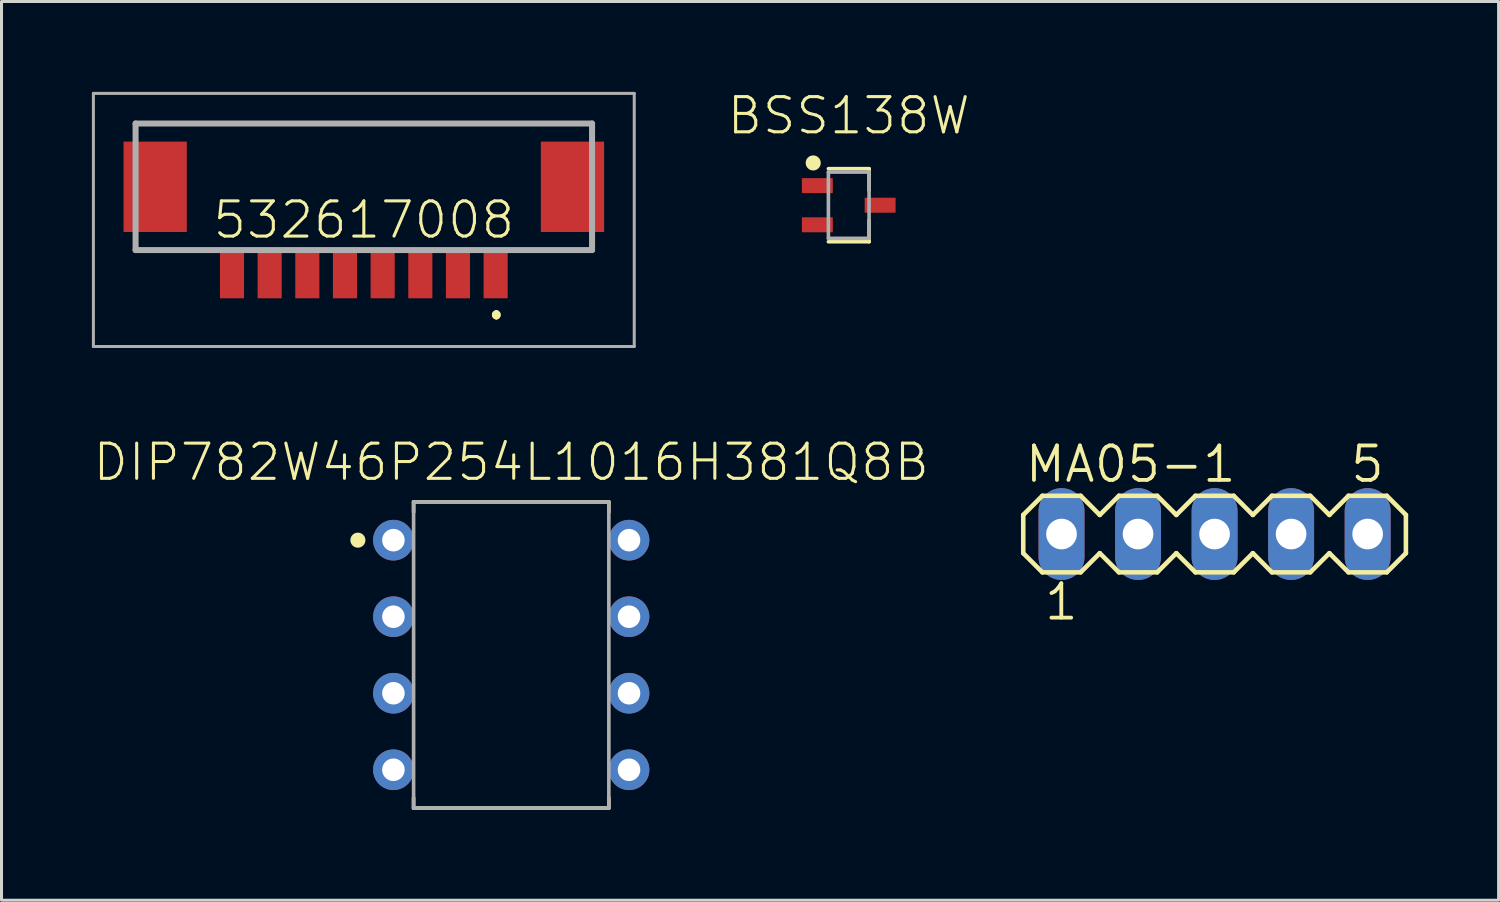
<source format=kicad_pcb>
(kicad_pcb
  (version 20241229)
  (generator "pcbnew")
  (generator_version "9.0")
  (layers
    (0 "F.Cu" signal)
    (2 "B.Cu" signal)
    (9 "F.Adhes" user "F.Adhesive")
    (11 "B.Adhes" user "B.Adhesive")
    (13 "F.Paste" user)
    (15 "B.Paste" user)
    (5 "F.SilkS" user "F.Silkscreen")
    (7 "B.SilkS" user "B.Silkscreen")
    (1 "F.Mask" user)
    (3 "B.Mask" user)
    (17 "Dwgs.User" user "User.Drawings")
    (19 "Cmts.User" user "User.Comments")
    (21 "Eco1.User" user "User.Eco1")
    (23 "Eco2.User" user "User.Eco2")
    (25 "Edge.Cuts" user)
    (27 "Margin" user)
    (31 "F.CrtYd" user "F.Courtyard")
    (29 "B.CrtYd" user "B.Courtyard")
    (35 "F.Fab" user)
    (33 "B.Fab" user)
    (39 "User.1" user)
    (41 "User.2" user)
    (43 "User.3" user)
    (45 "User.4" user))
  (footprint "DIP782W46P254L1016H381Q8B"
    (layer "F.Cu")
    (at 13.917 18.688)
    (property "Reference" "DIP782W46P254L1016H381Q8B" (at 0 -5.715 0) (layer "F.SilkS") (effects (font (size 1.168 1.168) (thickness 0.102)) (justify bottom)))
    (fp_line (start -3.24 -5.08) (end 3.24 -5.08) (stroke (width 0.12) (type solid)) (layer "F.SilkS"))
    (fp_line (start -3.24 -4.739) (end -3.24 -5.08) (stroke (width 0.12) (type solid)) (layer "F.SilkS"))
    (fp_line (start -3.24 4.739) (end -3.24 5.08) (stroke (width 0.12) (type solid)) (layer "F.SilkS"))
    (fp_line (start -3.24 5.08) (end 3.24 5.08) (stroke (width 0.12) (type solid)) (layer "F.SilkS"))
    (fp_line (start 3.24 -5.08) (end 3.24 -4.739) (stroke (width 0.12) (type solid)) (layer "F.SilkS"))
    (fp_line (start 3.24 5.08) (end 3.24 4.739) (stroke (width 0.12) (type solid)) (layer "F.SilkS"))
    (fp_circle (center -5.089 -3.81) (end -4.964 -3.81) (stroke (width 0.25) (type solid)) (fill yes) (layer "F.SilkS"))
    (fp_line (start -3.24 -5.08) (end 3.24 -5.08) (stroke (width 0.12) (type solid)) (layer "F.Fab"))
    (fp_line (start -3.24 5.08) (end -3.24 -5.08) (stroke (width 0.12) (type solid)) (layer "F.Fab"))
    (fp_line (start 3.24 -5.08) (end 3.24 5.08) (stroke (width 0.12) (type solid)) (layer "F.Fab"))
    (fp_line (start 3.24 5.08) (end -3.24 5.08) (stroke (width 0.12) (type solid)) (layer "F.Fab"))
    (pad "1" thru_hole circle (at -3.91 -3.81) (size 1.349 1.349) (drill 0.749) (layers "*.Cu" "*.Mask"))
    (pad "2" thru_hole circle (at -3.91 -1.27) (size 1.349 1.349) (drill 0.749) (layers "*.Cu" "*.Mask"))
    (pad "3" thru_hole circle (at -3.91 1.27) (size 1.349 1.349) (drill 0.749) (layers "*.Cu" "*.Mask"))
    (pad "4" thru_hole circle (at -3.91 3.81) (size 1.349 1.349) (drill 0.749) (layers "*.Cu" "*.Mask"))
    (pad "5" thru_hole circle (at 3.91 3.81) (size 1.349 1.349) (drill 0.749) (layers "*.Cu" "*.Mask"))
    (pad "6" thru_hole circle (at 3.91 1.27) (size 1.349 1.349) (drill 0.749) (layers "*.Cu" "*.Mask"))
    (pad "7" thru_hole circle (at 3.91 -1.27) (size 1.349 1.349) (drill 0.749) (layers "*.Cu" "*.Mask"))
    (pad "8" thru_hole circle (at 3.91 -3.81) (size 1.349 1.349) (drill 0.749) (layers "*.Cu" "*.Mask")))
  (footprint "532617008"
    (layer "F.Cu")
    (at 9.025 3.15)
    (property "Reference" "532617008" (at 0 1.1 0) (layer "F.SilkS") (effects (font (size 1.168 1.168) (thickness 0.102))))
    (fp_line (start -7.575 -2.1) (end -7.575 -2.1) (stroke (width 0.1) (type solid)) (layer "F.SilkS"))
    (fp_line (start -7.575 -2.1) (end 7.575 -2.1) (stroke (width 0.1) (type solid)) (layer "F.SilkS"))
    (fp_line (start -7.575 2.1) (end -7.575 2.1) (stroke (width 0.1) (type solid)) (layer "F.SilkS"))
    (fp_line (start -7.575 2.1) (end -5.5 2.1) (stroke (width 0.1) (type solid)) (layer "F.SilkS"))
    (fp_line (start -5.5 2.1) (end -7.575 2.1) (stroke (width 0.1) (type solid)) (layer "F.SilkS"))
    (fp_line (start -5.5 2.1) (end -5.5 2.1) (stroke (width 0.1) (type solid)) (layer "F.SilkS"))
    (fp_line (start 4.4 4.2) (end 4.4 4.2) (stroke (width 0.2) (type solid)) (layer "F.SilkS"))
    (fp_line (start 4.4 4.2) (end 4.4 4.2) (stroke (width 0.2) (type solid)) (layer "F.SilkS"))
    (fp_line (start 4.4 4.3) (end 4.4 4.3) (stroke (width 0.2) (type solid)) (layer "F.SilkS"))
    (fp_line (start 5.5 2.1) (end 5.5 2.1) (stroke (width 0.1) (type solid)) (layer "F.SilkS"))
    (fp_line (start 5.5 2.1) (end 7.575 2.1) (stroke (width 0.1) (type solid)) (layer "F.SilkS"))
    (fp_line (start 7.575 -2.1) (end -7.575 -2.1) (stroke (width 0.1) (type solid)) (layer "F.SilkS"))
    (fp_line (start 7.575 -2.1) (end 7.575 -2.1) (stroke (width 0.1) (type solid)) (layer "F.SilkS"))
    (fp_line (start 7.575 2.1) (end 5.5 2.1) (stroke (width 0.1) (type solid)) (layer "F.SilkS"))
    (fp_line (start 7.575 2.1) (end 7.575 2.1) (stroke (width 0.1) (type solid)) (layer "F.SilkS"))
    (fp_arc (start 4.4 4.2) (mid 4.45 4.25) (end 4.4 4.3) (stroke (width 0.2) (type solid)) (layer "F.SilkS"))
    (fp_arc (start 4.4 4.3) (mid 4.35 4.25) (end 4.4 4.2) (stroke (width 0.2) (type solid)) (layer "F.SilkS"))
    (fp_arc (start 4.4 4.3) (mid 4.35 4.25) (end 4.4 4.2) (stroke (width 0.2) (type solid)) (layer "F.SilkS"))
    (fp_line (start -8.975 -3.1) (end 8.975 -3.1) (stroke (width 0.1) (type solid)) (layer "F.Fab"))
    (fp_line (start -8.975 5.3) (end -8.975 -3.1) (stroke (width 0.1) (type solid)) (layer "F.Fab"))
    (fp_line (start -7.575 -2.1) (end -7.575 2.1) (stroke (width 0.2) (type solid)) (layer "F.Fab"))
    (fp_line (start -7.575 2.1) (end 7.575 2.1) (stroke (width 0.2) (type solid)) (layer "F.Fab"))
    (fp_line (start 7.575 -2.1) (end -7.575 -2.1) (stroke (width 0.2) (type solid)) (layer "F.Fab"))
    (fp_line (start 7.575 2.1) (end 7.575 -2.1) (stroke (width 0.2) (type solid)) (layer "F.Fab"))
    (fp_line (start 8.975 -3.1) (end 8.975 5.3) (stroke (width 0.1) (type solid)) (layer "F.Fab"))
    (fp_line (start 8.975 5.3) (end -8.975 5.3) (stroke (width 0.1) (type solid)) (layer "F.Fab"))
    (pad "1" smd rect (at 4.375 2.9 90) (size 1.6 0.8) (layers "F.Cu" "F.Mask" "F.Paste"))
    (pad "2" smd rect (at 3.125 2.9 90) (size 1.6 0.8) (layers "F.Cu" "F.Mask" "F.Paste"))
    (pad "3" smd rect (at 1.875 2.9 90) (size 1.6 0.8) (layers "F.Cu" "F.Mask" "F.Paste"))
    (pad "4" smd rect (at 0.625 2.9 90) (size 1.6 0.8) (layers "F.Cu" "F.Mask" "F.Paste"))
    (pad "5" smd rect (at -0.625 2.9 90) (size 1.6 0.8) (layers "F.Cu" "F.Mask" "F.Paste"))
    (pad "6" smd rect (at -1.875 2.9 90) (size 1.6 0.8) (layers "F.Cu" "F.Mask" "F.Paste"))
    (pad "7" smd rect (at -3.125 2.9 90) (size 1.6 0.8) (layers "F.Cu" "F.Mask" "F.Paste"))
    (pad "8" smd rect (at -4.375 2.9 90) (size 1.6 0.8) (layers "F.Cu" "F.Mask" "F.Paste"))
    (pad "MP1" smd rect (at 6.925 0 90) (size 3 2.1) (layers "F.Cu" "F.Mask" "F.Paste"))
    (pad "MP2" smd rect (at -6.925 0 90) (size 3 2.1) (layers "F.Cu" "F.Mask" "F.Paste")))
  (footprint "MA05-1"
    (layer "F.Cu")
    (at 37.261 14.675)
    (property "Reference" "MA05-1" (at -6.35 -1.651 0) (layer "F.SilkS") (effects (font (size 1.143 1.143) (thickness 0.127)) (justify left bottom)))
    (fp_line (start -6.35 -0.635) (end -6.35 0.635) (stroke (width 0.152) (type solid)) (layer "F.SilkS"))
    (fp_line (start -6.35 0.635) (end -5.715 1.27) (stroke (width 0.152) (type solid)) (layer "F.SilkS"))
    (fp_line (start -5.715 -1.27) (end -6.35 -0.635) (stroke (width 0.152) (type solid)) (layer "F.SilkS"))
    (fp_line (start -5.715 -1.27) (end -4.445 -1.27) (stroke (width 0.152) (type solid)) (layer "F.SilkS"))
    (fp_line (start -4.445 -1.27) (end -3.81 -0.635) (stroke (width 0.152) (type solid)) (layer "F.SilkS"))
    (fp_line (start -4.445 1.27) (end -5.715 1.27) (stroke (width 0.152) (type solid)) (layer "F.SilkS"))
    (fp_line (start -3.81 -0.635) (end -3.175 -1.27) (stroke (width 0.152) (type solid)) (layer "F.SilkS"))
    (fp_line (start -3.81 0.635) (end -4.445 1.27) (stroke (width 0.152) (type solid)) (layer "F.SilkS"))
    (fp_line (start -3.175 -1.27) (end -1.905 -1.27) (stroke (width 0.152) (type solid)) (layer "F.SilkS"))
    (fp_line (start -3.175 1.27) (end -3.81 0.635) (stroke (width 0.152) (type solid)) (layer "F.SilkS"))
    (fp_line (start -1.905 -1.27) (end -1.27 -0.635) (stroke (width 0.152) (type solid)) (layer "F.SilkS"))
    (fp_line (start -1.905 1.27) (end -3.175 1.27) (stroke (width 0.152) (type solid)) (layer "F.SilkS"))
    (fp_line (start -1.27 -0.635) (end -0.635 -1.27) (stroke (width 0.152) (type solid)) (layer "F.SilkS"))
    (fp_line (start -1.27 0.635) (end -1.905 1.27) (stroke (width 0.152) (type solid)) (layer "F.SilkS"))
    (fp_line (start -0.635 -1.27) (end 0.635 -1.27) (stroke (width 0.152) (type solid)) (layer "F.SilkS"))
    (fp_line (start -0.635 1.27) (end -1.27 0.635) (stroke (width 0.152) (type solid)) (layer "F.SilkS"))
    (fp_line (start 0.635 -1.27) (end 1.27 -0.635) (stroke (width 0.152) (type solid)) (layer "F.SilkS"))
    (fp_line (start 0.635 1.27) (end -0.635 1.27) (stroke (width 0.152) (type solid)) (layer "F.SilkS"))
    (fp_line (start 1.27 0.635) (end 0.635 1.27) (stroke (width 0.152) (type solid)) (layer "F.SilkS"))
    (fp_line (start 1.27 0.635) (end 1.905 1.27) (stroke (width 0.152) (type solid)) (layer "F.SilkS"))
    (fp_line (start 1.905 -1.27) (end 1.27 -0.635) (stroke (width 0.152) (type solid)) (layer "F.SilkS"))
    (fp_line (start 1.905 -1.27) (end 3.175 -1.27) (stroke (width 0.152) (type solid)) (layer "F.SilkS"))
    (fp_line (start 3.175 -1.27) (end 3.81 -0.635) (stroke (width 0.152) (type solid)) (layer "F.SilkS"))
    (fp_line (start 3.175 1.27) (end 1.905 1.27) (stroke (width 0.152) (type solid)) (layer "F.SilkS"))
    (fp_line (start 3.81 -0.635) (end 4.445 -1.27) (stroke (width 0.152) (type solid)) (layer "F.SilkS"))
    (fp_line (start 3.81 0.635) (end 3.175 1.27) (stroke (width 0.152) (type solid)) (layer "F.SilkS"))
    (fp_line (start 4.445 -1.27) (end 5.715 -1.27) (stroke (width 0.152) (type solid)) (layer "F.SilkS"))
    (fp_line (start 4.445 1.27) (end 3.81 0.635) (stroke (width 0.152) (type solid)) (layer "F.SilkS"))
    (fp_line (start 5.715 -1.27) (end 6.35 -0.635) (stroke (width 0.152) (type solid)) (layer "F.SilkS"))
    (fp_line (start 5.715 1.27) (end 4.445 1.27) (stroke (width 0.152) (type solid)) (layer "F.SilkS"))
    (fp_line (start 6.35 -0.635) (end 6.35 0.635) (stroke (width 0.152) (type solid)) (layer "F.SilkS"))
    (fp_line (start 6.35 0.635) (end 5.715 1.27) (stroke (width 0.152) (type solid)) (layer "F.SilkS"))
    (fp_poly (pts (xy -5.334 0.254) (xy -4.826 0.254) (xy -4.826 -0.254) (xy -5.334 -0.254)) (stroke (width 0.1) (type solid)) (fill no) (layer "F.Fab"))
    (fp_poly (pts (xy -2.794 0.254) (xy -2.286 0.254) (xy -2.286 -0.254) (xy -2.794 -0.254)) (stroke (width 0.1) (type solid)) (fill no) (layer "F.Fab"))
    (fp_poly (pts (xy -0.254 0.254) (xy 0.254 0.254) (xy 0.254 -0.254) (xy -0.254 -0.254)) (stroke (width 0.1) (type solid)) (fill no) (layer "F.Fab"))
    (fp_poly (pts (xy 2.286 0.254) (xy 2.794 0.254) (xy 2.794 -0.254) (xy 2.286 -0.254)) (stroke (width 0.1) (type solid)) (fill no) (layer "F.Fab"))
    (fp_poly (pts (xy 4.826 0.254) (xy 5.334 0.254) (xy 5.334 -0.254) (xy 4.826 -0.254)) (stroke (width 0.1) (type solid)) (fill no) (layer "F.Fab"))
    (fp_text user "1" (at -5.715 2.921 0) (layer "F.SilkS") (effects (font (size 1.143 1.143) (thickness 0.127)) (justify left bottom)))
    (fp_text user "5" (at 4.445 -1.651 0) (layer "F.SilkS") (effects (font (size 1.143 1.143) (thickness 0.127)) (justify left bottom)))
    (pad "1" thru_hole oval (at -5.08 0 90) (size 3.048 1.524) (drill 1.016) (layers "*.Cu" "*.Mask"))
    (pad "2" thru_hole oval (at -2.54 0 90) (size 3.048 1.524) (drill 1.016) (layers "*.Cu" "*.Mask"))
    (pad "3" thru_hole oval (at 0 0 90) (size 3.048 1.524) (drill 1.016) (layers "*.Cu" "*.Mask"))
    (pad "4" thru_hole oval (at 2.54 0 90) (size 3.048 1.524) (drill 1.016) (layers "*.Cu" "*.Mask"))
    (pad "5" thru_hole oval (at 5.08 0 90) (size 3.048 1.524) (drill 1.016) (layers "*.Cu" "*.Mask")))
  (footprint "BSS138W"
    (layer "F.Cu")
    (at 25.119 3.761)
    (property "Reference" "BSS138W" (at 0 -2.288 0) (layer "F.SilkS") (effects (font (size 1.168 1.168) (thickness 0.102)) (justify bottom)))
    (fp_line (start -0.675 -1.212) (end 0.675 -1.212) (stroke (width 0.12) (type solid)) (layer "F.SilkS"))
    (fp_line (start -0.675 1.212) (end 0.675 1.212) (stroke (width 0.12) (type solid)) (layer "F.SilkS"))
    (fp_line (start 0.675 -1.212) (end 0.675 -0.502) (stroke (width 0.12) (type solid)) (layer "F.SilkS"))
    (fp_line (start 0.675 1.212) (end 0.675 0.502) (stroke (width 0.12) (type solid)) (layer "F.SilkS"))
    (fp_circle (center -1.179 -1.403) (end -1.054 -1.403) (stroke (width 0.25) (type solid)) (fill yes) (layer "F.SilkS"))
    (fp_line (start -0.675 -1.1) (end 0.675 -1.1) (stroke (width 0.12) (type solid)) (layer "F.Fab"))
    (fp_line (start -0.675 1.1) (end -0.675 -1.1) (stroke (width 0.12) (type solid)) (layer "F.Fab"))
    (fp_line (start 0.675 -1.1) (end 0.675 1.1) (stroke (width 0.12) (type solid)) (layer "F.Fab"))
    (fp_line (start 0.675 1.1) (end -0.675 1.1) (stroke (width 0.12) (type solid)) (layer "F.Fab"))
    (pad "1" smd rect (at -1.042 -0.65) (size 1.026 0.497) (layers "F.Cu" "F.Mask" "F.Paste"))
    (pad "2" smd rect (at -1.042 0.65) (size 1.026 0.497) (layers "F.Cu" "F.Mask" "F.Paste"))
    (pad "3" smd rect (at 1.042 0) (size 1.026 0.497) (layers "F.Cu" "F.Mask" "F.Paste")))
  (gr_rect
    (start -3 -3)
    (end 46.687 26.828)
    (stroke (width 0.1) (type default))
    (fill no)
    (layer "Edge.Cuts")))
</source>
